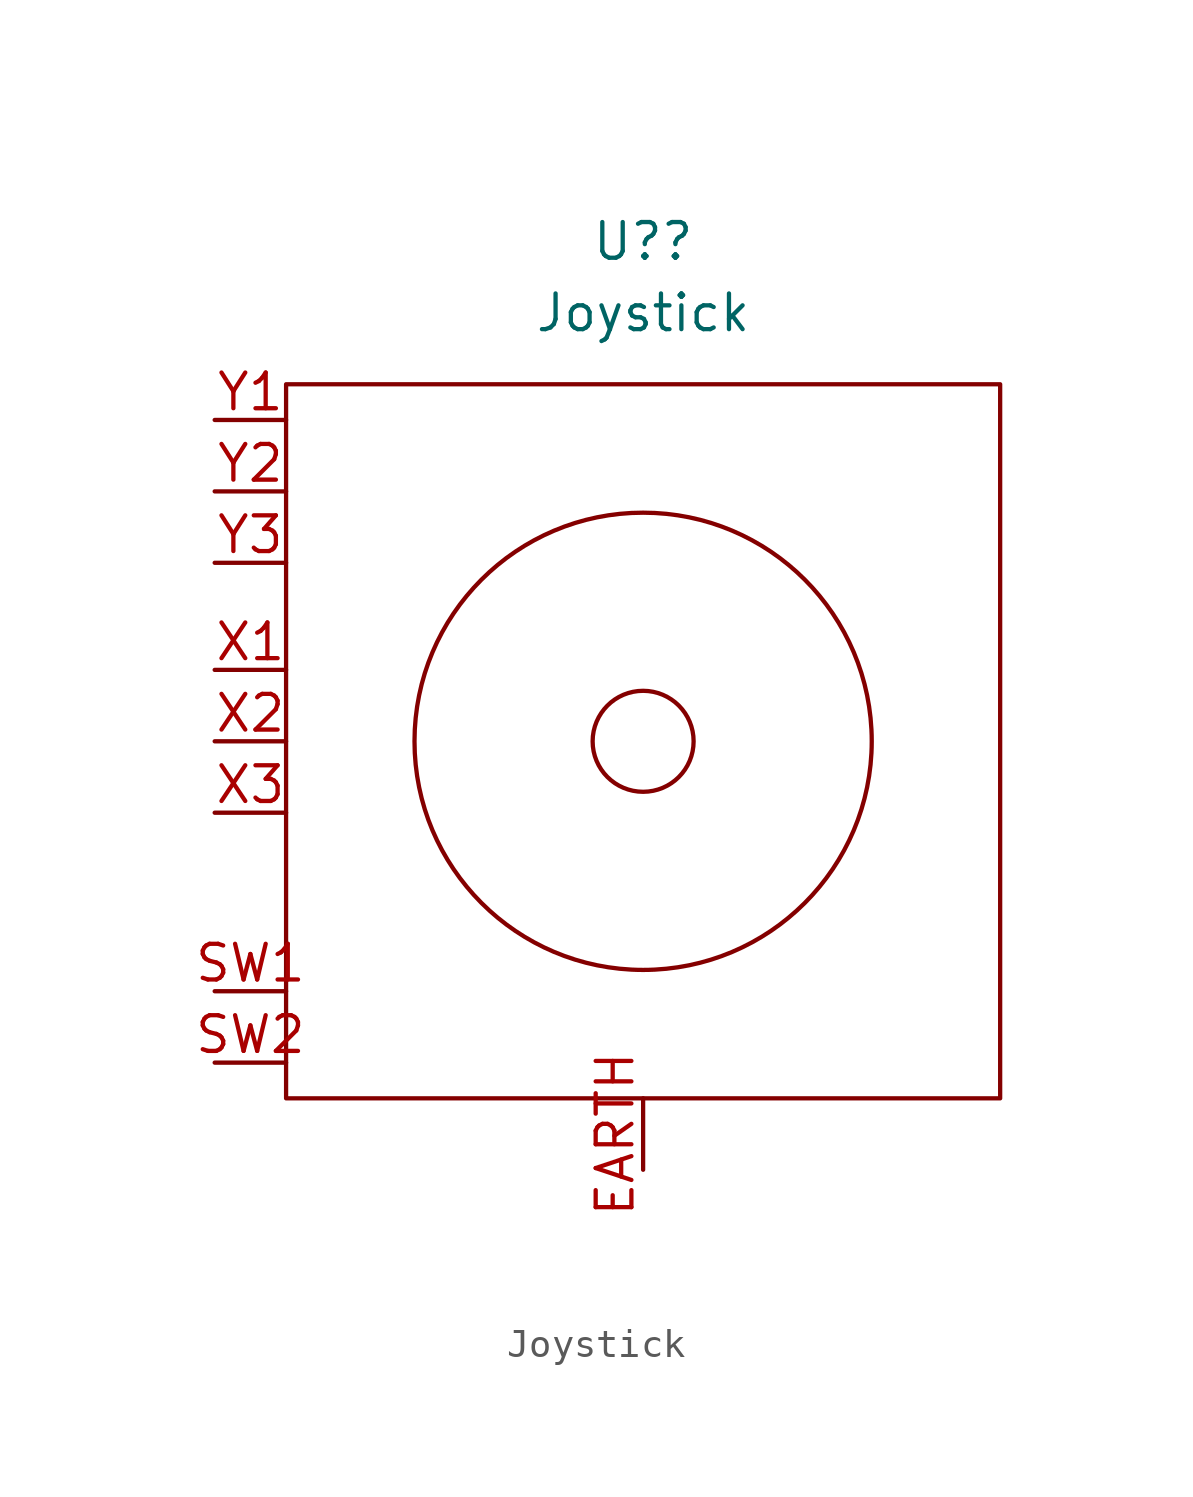
<source format=kicad_sym>
(kicad_symbol_lib
  (version 20211014)
  (generator kicad_symbol_editor)
  (symbol "Joystick"
    (property "Reference" "U?"
      (at 0 1.27 0)
      (effects (font (size 1.27 1.27))))
    (property "Value" "Joystick"
      (at 0 -1.27 0)
      (effects (font (size 1.27 1.27))))
    (symbol "Joystick_0_1"
      (rectangle (start -12.7 -3.81) (end 12.7 -29.21) (stroke (width 0) (type default) (color 0 0 0 0)) (fill (type none)))
      (circle (center 0 -16.51) (radius 1.796) (stroke (width 0) (type default) (color 0 0 0 0)) (fill (type none)))
      (circle (center 0 -16.51) (radius 8.132) (stroke (width 0) (type default) (color 0 0 0 0)) (fill (type none))))
    (symbol "Joystick_1_1"
      (pin passive line (at 0 -29.21 270) (length 2.54) (name "" (effects (font (size 1.27 1.27)))) (number "EARTH" (effects (font (size 1.27 1.27)))))
      (pin bidirectional line (at -15.24 -25.4 0) (length 2.54) (name "" (effects (font (size 1.27 1.27)))) (number "SW1" (effects (font (size 1.27 1.27)))))
      (pin bidirectional line (at -15.24 -27.94 0) (length 2.54) (name "" (effects (font (size 1.27 1.27)))) (number "SW2" (effects (font (size 1.27 1.27)))))
      (pin bidirectional line (at -15.24 -13.97 0) (length 2.54) (name "" (effects (font (size 1.27 1.27)))) (number "X1" (effects (font (size 1.27 1.27)))))
      (pin bidirectional line (at -15.24 -16.51 0) (length 2.54) (name "" (effects (font (size 1.27 1.27)))) (number "X2" (effects (font (size 1.27 1.27)))))
      (pin bidirectional line (at -15.24 -19.05 0) (length 2.54) (name "" (effects (font (size 1.27 1.27)))) (number "X3" (effects (font (size 1.27 1.27)))))
      (pin bidirectional line (at -15.24 -5.08 0) (length 2.54) (name "" (effects (font (size 1.27 1.27)))) (number "Y1" (effects (font (size 1.27 1.27)))))
      (pin bidirectional line (at -15.24 -7.62 0) (length 2.54) (name "" (effects (font (size 1.27 1.27)))) (number "Y2" (effects (font (size 1.27 1.27)))))
      (pin bidirectional line (at -15.24 -10.16 0) (length 2.54) (name "" (effects (font (size 1.27 1.27)))) (number "Y3" (effects (font (size 1.27 1.27))))))))
</source>
